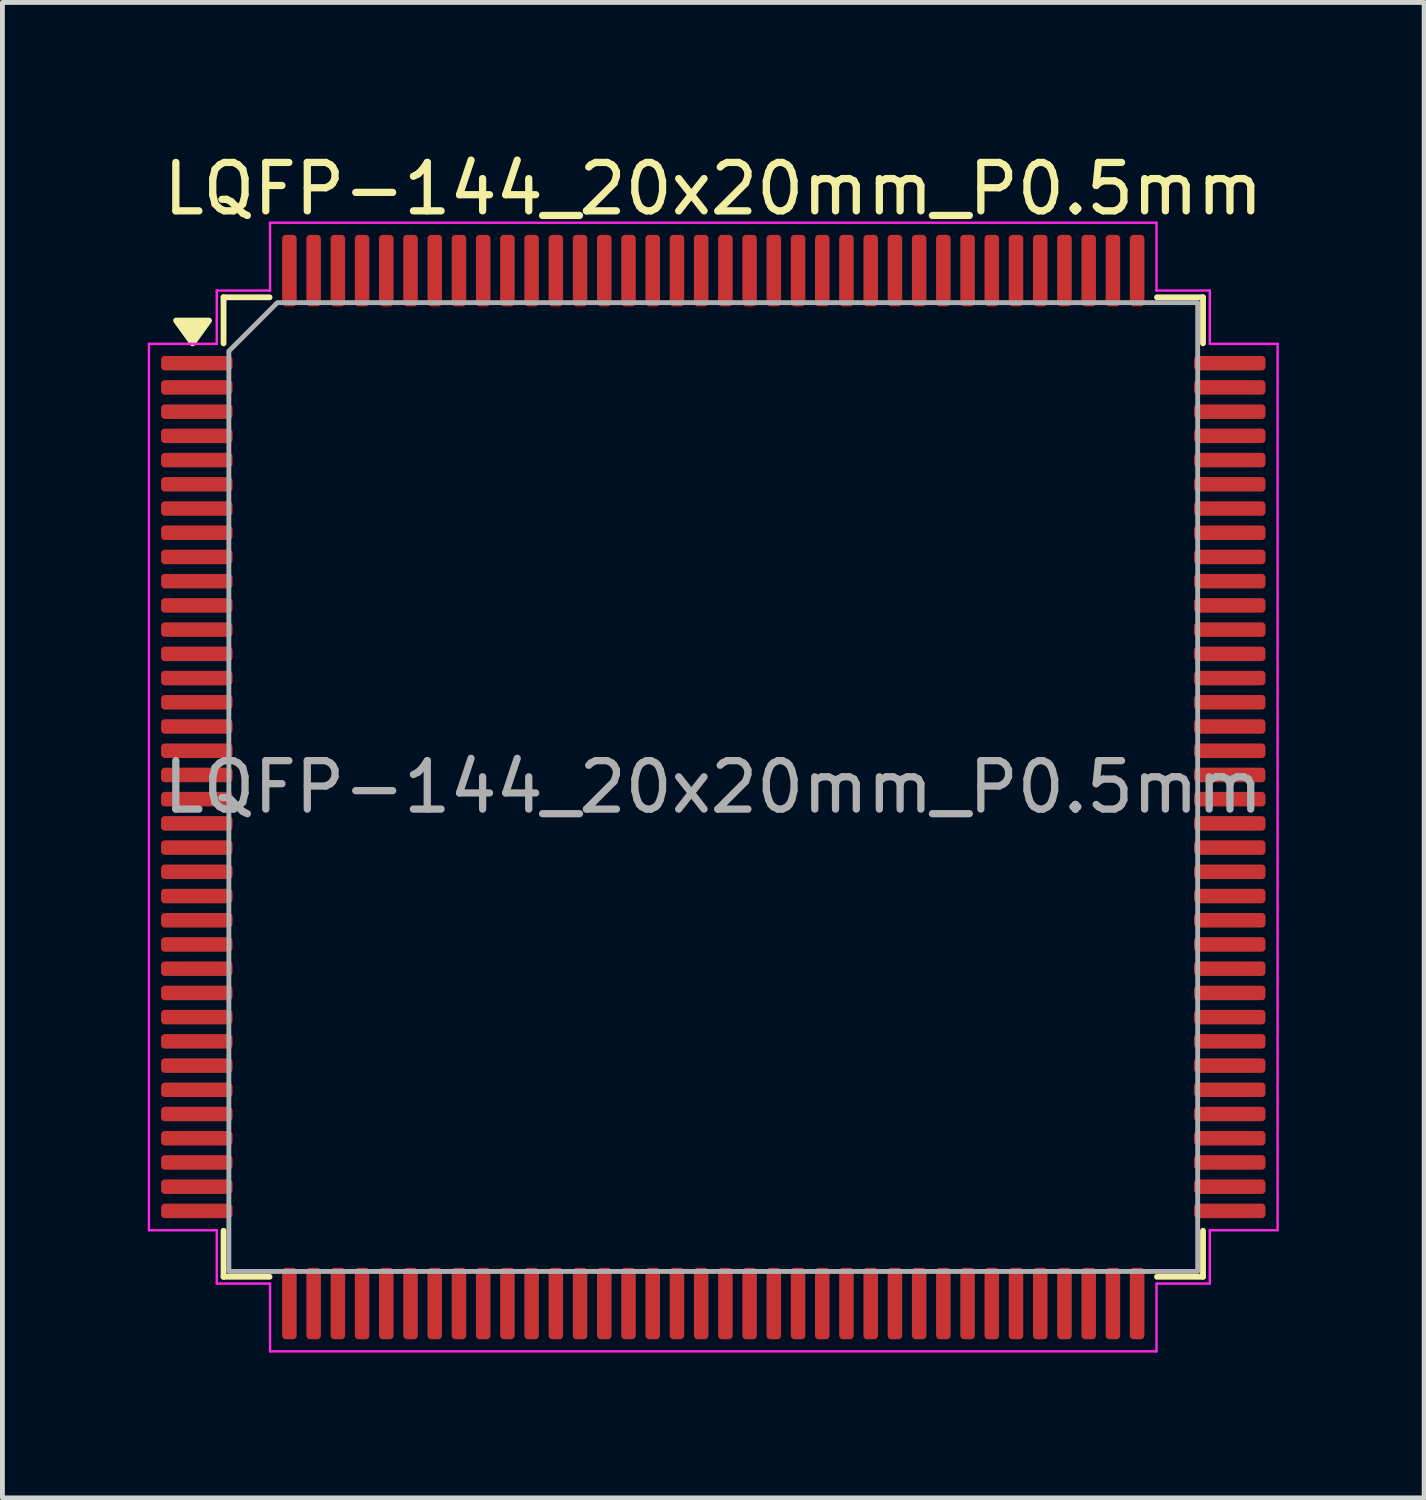
<source format=kicad_pcb>
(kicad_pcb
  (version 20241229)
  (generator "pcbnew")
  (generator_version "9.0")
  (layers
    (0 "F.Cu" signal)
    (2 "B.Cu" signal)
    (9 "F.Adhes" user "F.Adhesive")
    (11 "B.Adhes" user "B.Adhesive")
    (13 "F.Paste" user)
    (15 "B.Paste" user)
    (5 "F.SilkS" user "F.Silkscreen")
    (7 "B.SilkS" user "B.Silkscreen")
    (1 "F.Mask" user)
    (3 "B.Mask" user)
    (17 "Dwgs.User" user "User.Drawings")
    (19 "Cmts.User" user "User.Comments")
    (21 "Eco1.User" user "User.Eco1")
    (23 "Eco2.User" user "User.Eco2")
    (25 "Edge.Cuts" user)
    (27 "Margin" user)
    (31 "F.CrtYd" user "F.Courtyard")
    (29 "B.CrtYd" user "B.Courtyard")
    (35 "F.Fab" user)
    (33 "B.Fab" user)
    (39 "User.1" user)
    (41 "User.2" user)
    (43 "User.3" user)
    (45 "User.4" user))
  (footprint "LQFP-144_20x20mm_P0.5mm"
    (layer "F.Cu")
    (at 11.675 13.198)
    (property "Reference" "LQFP-144_20x20mm_P0.5mm" (at 0 -12.35 0) (layer "F.SilkS") (effects (font (size 1 1) (thickness 0.15))))
    (attr smd)
    (fp_line (start -10.11 -10.11) (end -9.16 -10.11) (stroke (width 0.12) (type solid)) (layer "F.SilkS"))
    (fp_line (start -10.11 -9.16) (end -10.11 -10.11) (stroke (width 0.12) (type solid)) (layer "F.SilkS"))
    (fp_line (start -10.11 10.11) (end -10.11 9.16) (stroke (width 0.12) (type solid)) (layer "F.SilkS"))
    (fp_line (start -9.16 10.11) (end -10.11 10.11) (stroke (width 0.12) (type solid)) (layer "F.SilkS"))
    (fp_line (start 9.16 -10.11) (end 10.11 -10.11) (stroke (width 0.12) (type solid)) (layer "F.SilkS"))
    (fp_line (start 10.11 -10.11) (end 10.11 -9.16) (stroke (width 0.12) (type solid)) (layer "F.SilkS"))
    (fp_line (start 10.11 9.16) (end 10.11 10.11) (stroke (width 0.12) (type solid)) (layer "F.SilkS"))
    (fp_line (start 10.11 10.11) (end 9.16 10.11) (stroke (width 0.12) (type solid)) (layer "F.SilkS"))
    (fp_poly (pts (xy -10.75 -9.16) (xy -11.09 -9.63) (xy -10.41 -9.63)) (stroke (width 0.12) (type solid)) (fill yes) (layer "F.SilkS"))
    (fp_line (start -11.65 -9.15) (end -10.25 -9.15) (stroke (width 0.05) (type solid)) (layer "F.CrtYd"))
    (fp_line (start -11.65 9.15) (end -11.65 -9.15) (stroke (width 0.05) (type solid)) (layer "F.CrtYd"))
    (fp_line (start -10.25 -10.25) (end -9.15 -10.25) (stroke (width 0.05) (type solid)) (layer "F.CrtYd"))
    (fp_line (start -10.25 -9.15) (end -10.25 -10.25) (stroke (width 0.05) (type solid)) (layer "F.CrtYd"))
    (fp_line (start -10.25 9.15) (end -11.65 9.15) (stroke (width 0.05) (type solid)) (layer "F.CrtYd"))
    (fp_line (start -10.25 10.25) (end -10.25 9.15) (stroke (width 0.05) (type solid)) (layer "F.CrtYd"))
    (fp_line (start -9.15 -11.65) (end 9.15 -11.65) (stroke (width 0.05) (type solid)) (layer "F.CrtYd"))
    (fp_line (start -9.15 -10.25) (end -9.15 -11.65) (stroke (width 0.05) (type solid)) (layer "F.CrtYd"))
    (fp_line (start -9.15 10.25) (end -10.25 10.25) (stroke (width 0.05) (type solid)) (layer "F.CrtYd"))
    (fp_line (start -9.15 11.65) (end -9.15 10.25) (stroke (width 0.05) (type solid)) (layer "F.CrtYd"))
    (fp_line (start 9.15 -11.65) (end 9.15 -10.25) (stroke (width 0.05) (type solid)) (layer "F.CrtYd"))
    (fp_line (start 9.15 -10.25) (end 10.25 -10.25) (stroke (width 0.05) (type solid)) (layer "F.CrtYd"))
    (fp_line (start 9.15 10.25) (end 9.15 11.65) (stroke (width 0.05) (type solid)) (layer "F.CrtYd"))
    (fp_line (start 9.15 11.65) (end -9.15 11.65) (stroke (width 0.05) (type solid)) (layer "F.CrtYd"))
    (fp_line (start 10.25 -10.25) (end 10.25 -9.15) (stroke (width 0.05) (type solid)) (layer "F.CrtYd"))
    (fp_line (start 10.25 -9.15) (end 11.65 -9.15) (stroke (width 0.05) (type solid)) (layer "F.CrtYd"))
    (fp_line (start 10.25 9.15) (end 10.25 10.25) (stroke (width 0.05) (type solid)) (layer "F.CrtYd"))
    (fp_line (start 10.25 10.25) (end 9.15 10.25) (stroke (width 0.05) (type solid)) (layer "F.CrtYd"))
    (fp_line (start 11.65 -9.15) (end 11.65 9.15) (stroke (width 0.05) (type solid)) (layer "F.CrtYd"))
    (fp_line (start 11.65 9.15) (end 10.25 9.15) (stroke (width 0.05) (type solid)) (layer "F.CrtYd"))
    (fp_poly (pts (xy -10 -9) (xy -10 10) (xy 10 10) (xy 10 -10) (xy -9 -10)) (stroke (width 0.1) (type solid)) (fill no) (layer "F.Fab"))
    (fp_text user "${REFERENCE}" (at 0 0 0) (layer "F.Fab") (effects (font (size 1 1) (thickness 0.15))))
    (pad "1" smd roundrect (at -10.662 -8.75) (size 1.475 0.3) (layers "F.Cu" "F.Mask" "F.Paste") (roundrect_rratio 0.25))
    (pad "2" smd roundrect (at -10.662 -8.25) (size 1.475 0.3) (layers "F.Cu" "F.Mask" "F.Paste") (roundrect_rratio 0.25))
    (pad "3" smd roundrect (at -10.662 -7.75) (size 1.475 0.3) (layers "F.Cu" "F.Mask" "F.Paste") (roundrect_rratio 0.25))
    (pad "4" smd roundrect (at -10.662 -7.25) (size 1.475 0.3) (layers "F.Cu" "F.Mask" "F.Paste") (roundrect_rratio 0.25))
    (pad "5" smd roundrect (at -10.662 -6.75) (size 1.475 0.3) (layers "F.Cu" "F.Mask" "F.Paste") (roundrect_rratio 0.25))
    (pad "6" smd roundrect (at -10.662 -6.25) (size 1.475 0.3) (layers "F.Cu" "F.Mask" "F.Paste") (roundrect_rratio 0.25))
    (pad "7" smd roundrect (at -10.662 -5.75) (size 1.475 0.3) (layers "F.Cu" "F.Mask" "F.Paste") (roundrect_rratio 0.25))
    (pad "8" smd roundrect (at -10.662 -5.25) (size 1.475 0.3) (layers "F.Cu" "F.Mask" "F.Paste") (roundrect_rratio 0.25))
    (pad "9" smd roundrect (at -10.662 -4.75) (size 1.475 0.3) (layers "F.Cu" "F.Mask" "F.Paste") (roundrect_rratio 0.25))
    (pad "10" smd roundrect (at -10.662 -4.25) (size 1.475 0.3) (layers "F.Cu" "F.Mask" "F.Paste") (roundrect_rratio 0.25))
    (pad "11" smd roundrect (at -10.662 -3.75) (size 1.475 0.3) (layers "F.Cu" "F.Mask" "F.Paste") (roundrect_rratio 0.25))
    (pad "12" smd roundrect (at -10.662 -3.25) (size 1.475 0.3) (layers "F.Cu" "F.Mask" "F.Paste") (roundrect_rratio 0.25))
    (pad "13" smd roundrect (at -10.662 -2.75) (size 1.475 0.3) (layers "F.Cu" "F.Mask" "F.Paste") (roundrect_rratio 0.25))
    (pad "14" smd roundrect (at -10.662 -2.25) (size 1.475 0.3) (layers "F.Cu" "F.Mask" "F.Paste") (roundrect_rratio 0.25))
    (pad "15" smd roundrect (at -10.662 -1.75) (size 1.475 0.3) (layers "F.Cu" "F.Mask" "F.Paste") (roundrect_rratio 0.25))
    (pad "16" smd roundrect (at -10.662 -1.25) (size 1.475 0.3) (layers "F.Cu" "F.Mask" "F.Paste") (roundrect_rratio 0.25))
    (pad "17" smd roundrect (at -10.662 -0.75) (size 1.475 0.3) (layers "F.Cu" "F.Mask" "F.Paste") (roundrect_rratio 0.25))
    (pad "18" smd roundrect (at -10.662 -0.25) (size 1.475 0.3) (layers "F.Cu" "F.Mask" "F.Paste") (roundrect_rratio 0.25))
    (pad "19" smd roundrect (at -10.662 0.25) (size 1.475 0.3) (layers "F.Cu" "F.Mask" "F.Paste") (roundrect_rratio 0.25))
    (pad "20" smd roundrect (at -10.662 0.75) (size 1.475 0.3) (layers "F.Cu" "F.Mask" "F.Paste") (roundrect_rratio 0.25))
    (pad "21" smd roundrect (at -10.662 1.25) (size 1.475 0.3) (layers "F.Cu" "F.Mask" "F.Paste") (roundrect_rratio 0.25))
    (pad "22" smd roundrect (at -10.662 1.75) (size 1.475 0.3) (layers "F.Cu" "F.Mask" "F.Paste") (roundrect_rratio 0.25))
    (pad "23" smd roundrect (at -10.662 2.25) (size 1.475 0.3) (layers "F.Cu" "F.Mask" "F.Paste") (roundrect_rratio 0.25))
    (pad "24" smd roundrect (at -10.662 2.75) (size 1.475 0.3) (layers "F.Cu" "F.Mask" "F.Paste") (roundrect_rratio 0.25))
    (pad "25" smd roundrect (at -10.662 3.25) (size 1.475 0.3) (layers "F.Cu" "F.Mask" "F.Paste") (roundrect_rratio 0.25))
    (pad "26" smd roundrect (at -10.662 3.75) (size 1.475 0.3) (layers "F.Cu" "F.Mask" "F.Paste") (roundrect_rratio 0.25))
    (pad "27" smd roundrect (at -10.662 4.25) (size 1.475 0.3) (layers "F.Cu" "F.Mask" "F.Paste") (roundrect_rratio 0.25))
    (pad "28" smd roundrect (at -10.662 4.75) (size 1.475 0.3) (layers "F.Cu" "F.Mask" "F.Paste") (roundrect_rratio 0.25))
    (pad "29" smd roundrect (at -10.662 5.25) (size 1.475 0.3) (layers "F.Cu" "F.Mask" "F.Paste") (roundrect_rratio 0.25))
    (pad "30" smd roundrect (at -10.662 5.75) (size 1.475 0.3) (layers "F.Cu" "F.Mask" "F.Paste") (roundrect_rratio 0.25))
    (pad "31" smd roundrect (at -10.662 6.25) (size 1.475 0.3) (layers "F.Cu" "F.Mask" "F.Paste") (roundrect_rratio 0.25))
    (pad "32" smd roundrect (at -10.662 6.75) (size 1.475 0.3) (layers "F.Cu" "F.Mask" "F.Paste") (roundrect_rratio 0.25))
    (pad "33" smd roundrect (at -10.662 7.25) (size 1.475 0.3) (layers "F.Cu" "F.Mask" "F.Paste") (roundrect_rratio 0.25))
    (pad "34" smd roundrect (at -10.662 7.75) (size 1.475 0.3) (layers "F.Cu" "F.Mask" "F.Paste") (roundrect_rratio 0.25))
    (pad "35" smd roundrect (at -10.662 8.25) (size 1.475 0.3) (layers "F.Cu" "F.Mask" "F.Paste") (roundrect_rratio 0.25))
    (pad "36" smd roundrect (at -10.662 8.75) (size 1.475 0.3) (layers "F.Cu" "F.Mask" "F.Paste") (roundrect_rratio 0.25))
    (pad "37" smd roundrect (at -8.75 10.662) (size 0.3 1.475) (layers "F.Cu" "F.Mask" "F.Paste") (roundrect_rratio 0.25))
    (pad "38" smd roundrect (at -8.25 10.662) (size 0.3 1.475) (layers "F.Cu" "F.Mask" "F.Paste") (roundrect_rratio 0.25))
    (pad "39" smd roundrect (at -7.75 10.662) (size 0.3 1.475) (layers "F.Cu" "F.Mask" "F.Paste") (roundrect_rratio 0.25))
    (pad "40" smd roundrect (at -7.25 10.662) (size 0.3 1.475) (layers "F.Cu" "F.Mask" "F.Paste") (roundrect_rratio 0.25))
    (pad "41" smd roundrect (at -6.75 10.662) (size 0.3 1.475) (layers "F.Cu" "F.Mask" "F.Paste") (roundrect_rratio 0.25))
    (pad "42" smd roundrect (at -6.25 10.662) (size 0.3 1.475) (layers "F.Cu" "F.Mask" "F.Paste") (roundrect_rratio 0.25))
    (pad "43" smd roundrect (at -5.75 10.662) (size 0.3 1.475) (layers "F.Cu" "F.Mask" "F.Paste") (roundrect_rratio 0.25))
    (pad "44" smd roundrect (at -5.25 10.662) (size 0.3 1.475) (layers "F.Cu" "F.Mask" "F.Paste") (roundrect_rratio 0.25))
    (pad "45" smd roundrect (at -4.75 10.662) (size 0.3 1.475) (layers "F.Cu" "F.Mask" "F.Paste") (roundrect_rratio 0.25))
    (pad "46" smd roundrect (at -4.25 10.662) (size 0.3 1.475) (layers "F.Cu" "F.Mask" "F.Paste") (roundrect_rratio 0.25))
    (pad "47" smd roundrect (at -3.75 10.662) (size 0.3 1.475) (layers "F.Cu" "F.Mask" "F.Paste") (roundrect_rratio 0.25))
    (pad "48" smd roundrect (at -3.25 10.662) (size 0.3 1.475) (layers "F.Cu" "F.Mask" "F.Paste") (roundrect_rratio 0.25))
    (pad "49" smd roundrect (at -2.75 10.662) (size 0.3 1.475) (layers "F.Cu" "F.Mask" "F.Paste") (roundrect_rratio 0.25))
    (pad "50" smd roundrect (at -2.25 10.662) (size 0.3 1.475) (layers "F.Cu" "F.Mask" "F.Paste") (roundrect_rratio 0.25))
    (pad "51" smd roundrect (at -1.75 10.662) (size 0.3 1.475) (layers "F.Cu" "F.Mask" "F.Paste") (roundrect_rratio 0.25))
    (pad "52" smd roundrect (at -1.25 10.662) (size 0.3 1.475) (layers "F.Cu" "F.Mask" "F.Paste") (roundrect_rratio 0.25))
    (pad "53" smd roundrect (at -0.75 10.662) (size 0.3 1.475) (layers "F.Cu" "F.Mask" "F.Paste") (roundrect_rratio 0.25))
    (pad "54" smd roundrect (at -0.25 10.662) (size 0.3 1.475) (layers "F.Cu" "F.Mask" "F.Paste") (roundrect_rratio 0.25))
    (pad "55" smd roundrect (at 0.25 10.662) (size 0.3 1.475) (layers "F.Cu" "F.Mask" "F.Paste") (roundrect_rratio 0.25))
    (pad "56" smd roundrect (at 0.75 10.662) (size 0.3 1.475) (layers "F.Cu" "F.Mask" "F.Paste") (roundrect_rratio 0.25))
    (pad "57" smd roundrect (at 1.25 10.662) (size 0.3 1.475) (layers "F.Cu" "F.Mask" "F.Paste") (roundrect_rratio 0.25))
    (pad "58" smd roundrect (at 1.75 10.662) (size 0.3 1.475) (layers "F.Cu" "F.Mask" "F.Paste") (roundrect_rratio 0.25))
    (pad "59" smd roundrect (at 2.25 10.662) (size 0.3 1.475) (layers "F.Cu" "F.Mask" "F.Paste") (roundrect_rratio 0.25))
    (pad "60" smd roundrect (at 2.75 10.662) (size 0.3 1.475) (layers "F.Cu" "F.Mask" "F.Paste") (roundrect_rratio 0.25))
    (pad "61" smd roundrect (at 3.25 10.662) (size 0.3 1.475) (layers "F.Cu" "F.Mask" "F.Paste") (roundrect_rratio 0.25))
    (pad "62" smd roundrect (at 3.75 10.662) (size 0.3 1.475) (layers "F.Cu" "F.Mask" "F.Paste") (roundrect_rratio 0.25))
    (pad "63" smd roundrect (at 4.25 10.662) (size 0.3 1.475) (layers "F.Cu" "F.Mask" "F.Paste") (roundrect_rratio 0.25))
    (pad "64" smd roundrect (at 4.75 10.662) (size 0.3 1.475) (layers "F.Cu" "F.Mask" "F.Paste") (roundrect_rratio 0.25))
    (pad "65" smd roundrect (at 5.25 10.662) (size 0.3 1.475) (layers "F.Cu" "F.Mask" "F.Paste") (roundrect_rratio 0.25))
    (pad "66" smd roundrect (at 5.75 10.662) (size 0.3 1.475) (layers "F.Cu" "F.Mask" "F.Paste") (roundrect_rratio 0.25))
    (pad "67" smd roundrect (at 6.25 10.662) (size 0.3 1.475) (layers "F.Cu" "F.Mask" "F.Paste") (roundrect_rratio 0.25))
    (pad "68" smd roundrect (at 6.75 10.662) (size 0.3 1.475) (layers "F.Cu" "F.Mask" "F.Paste") (roundrect_rratio 0.25))
    (pad "69" smd roundrect (at 7.25 10.662) (size 0.3 1.475) (layers "F.Cu" "F.Mask" "F.Paste") (roundrect_rratio 0.25))
    (pad "70" smd roundrect (at 7.75 10.662) (size 0.3 1.475) (layers "F.Cu" "F.Mask" "F.Paste") (roundrect_rratio 0.25))
    (pad "71" smd roundrect (at 8.25 10.662) (size 0.3 1.475) (layers "F.Cu" "F.Mask" "F.Paste") (roundrect_rratio 0.25))
    (pad "72" smd roundrect (at 8.75 10.662) (size 0.3 1.475) (layers "F.Cu" "F.Mask" "F.Paste") (roundrect_rratio 0.25))
    (pad "73" smd roundrect (at 10.662 8.75) (size 1.475 0.3) (layers "F.Cu" "F.Mask" "F.Paste") (roundrect_rratio 0.25))
    (pad "74" smd roundrect (at 10.662 8.25) (size 1.475 0.3) (layers "F.Cu" "F.Mask" "F.Paste") (roundrect_rratio 0.25))
    (pad "75" smd roundrect (at 10.662 7.75) (size 1.475 0.3) (layers "F.Cu" "F.Mask" "F.Paste") (roundrect_rratio 0.25))
    (pad "76" smd roundrect (at 10.662 7.25) (size 1.475 0.3) (layers "F.Cu" "F.Mask" "F.Paste") (roundrect_rratio 0.25))
    (pad "77" smd roundrect (at 10.662 6.75) (size 1.475 0.3) (layers "F.Cu" "F.Mask" "F.Paste") (roundrect_rratio 0.25))
    (pad "78" smd roundrect (at 10.662 6.25) (size 1.475 0.3) (layers "F.Cu" "F.Mask" "F.Paste") (roundrect_rratio 0.25))
    (pad "79" smd roundrect (at 10.662 5.75) (size 1.475 0.3) (layers "F.Cu" "F.Mask" "F.Paste") (roundrect_rratio 0.25))
    (pad "80" smd roundrect (at 10.662 5.25) (size 1.475 0.3) (layers "F.Cu" "F.Mask" "F.Paste") (roundrect_rratio 0.25))
    (pad "81" smd roundrect (at 10.662 4.75) (size 1.475 0.3) (layers "F.Cu" "F.Mask" "F.Paste") (roundrect_rratio 0.25))
    (pad "82" smd roundrect (at 10.662 4.25) (size 1.475 0.3) (layers "F.Cu" "F.Mask" "F.Paste") (roundrect_rratio 0.25))
    (pad "83" smd roundrect (at 10.662 3.75) (size 1.475 0.3) (layers "F.Cu" "F.Mask" "F.Paste") (roundrect_rratio 0.25))
    (pad "84" smd roundrect (at 10.662 3.25) (size 1.475 0.3) (layers "F.Cu" "F.Mask" "F.Paste") (roundrect_rratio 0.25))
    (pad "85" smd roundrect (at 10.662 2.75) (size 1.475 0.3) (layers "F.Cu" "F.Mask" "F.Paste") (roundrect_rratio 0.25))
    (pad "86" smd roundrect (at 10.662 2.25) (size 1.475 0.3) (layers "F.Cu" "F.Mask" "F.Paste") (roundrect_rratio 0.25))
    (pad "87" smd roundrect (at 10.662 1.75) (size 1.475 0.3) (layers "F.Cu" "F.Mask" "F.Paste") (roundrect_rratio 0.25))
    (pad "88" smd roundrect (at 10.662 1.25) (size 1.475 0.3) (layers "F.Cu" "F.Mask" "F.Paste") (roundrect_rratio 0.25))
    (pad "89" smd roundrect (at 10.662 0.75) (size 1.475 0.3) (layers "F.Cu" "F.Mask" "F.Paste") (roundrect_rratio 0.25))
    (pad "90" smd roundrect (at 10.662 0.25) (size 1.475 0.3) (layers "F.Cu" "F.Mask" "F.Paste") (roundrect_rratio 0.25))
    (pad "91" smd roundrect (at 10.662 -0.25) (size 1.475 0.3) (layers "F.Cu" "F.Mask" "F.Paste") (roundrect_rratio 0.25))
    (pad "92" smd roundrect (at 10.662 -0.75) (size 1.475 0.3) (layers "F.Cu" "F.Mask" "F.Paste") (roundrect_rratio 0.25))
    (pad "93" smd roundrect (at 10.662 -1.25) (size 1.475 0.3) (layers "F.Cu" "F.Mask" "F.Paste") (roundrect_rratio 0.25))
    (pad "94" smd roundrect (at 10.662 -1.75) (size 1.475 0.3) (layers "F.Cu" "F.Mask" "F.Paste") (roundrect_rratio 0.25))
    (pad "95" smd roundrect (at 10.662 -2.25) (size 1.475 0.3) (layers "F.Cu" "F.Mask" "F.Paste") (roundrect_rratio 0.25))
    (pad "96" smd roundrect (at 10.662 -2.75) (size 1.475 0.3) (layers "F.Cu" "F.Mask" "F.Paste") (roundrect_rratio 0.25))
    (pad "97" smd roundrect (at 10.662 -3.25) (size 1.475 0.3) (layers "F.Cu" "F.Mask" "F.Paste") (roundrect_rratio 0.25))
    (pad "98" smd roundrect (at 10.662 -3.75) (size 1.475 0.3) (layers "F.Cu" "F.Mask" "F.Paste") (roundrect_rratio 0.25))
    (pad "99" smd roundrect (at 10.662 -4.25) (size 1.475 0.3) (layers "F.Cu" "F.Mask" "F.Paste") (roundrect_rratio 0.25))
    (pad "100" smd roundrect (at 10.662 -4.75) (size 1.475 0.3) (layers "F.Cu" "F.Mask" "F.Paste") (roundrect_rratio 0.25))
    (pad "101" smd roundrect (at 10.662 -5.25) (size 1.475 0.3) (layers "F.Cu" "F.Mask" "F.Paste") (roundrect_rratio 0.25))
    (pad "102" smd roundrect (at 10.662 -5.75) (size 1.475 0.3) (layers "F.Cu" "F.Mask" "F.Paste") (roundrect_rratio 0.25))
    (pad "103" smd roundrect (at 10.662 -6.25) (size 1.475 0.3) (layers "F.Cu" "F.Mask" "F.Paste") (roundrect_rratio 0.25))
    (pad "104" smd roundrect (at 10.662 -6.75) (size 1.475 0.3) (layers "F.Cu" "F.Mask" "F.Paste") (roundrect_rratio 0.25))
    (pad "105" smd roundrect (at 10.662 -7.25) (size 1.475 0.3) (layers "F.Cu" "F.Mask" "F.Paste") (roundrect_rratio 0.25))
    (pad "106" smd roundrect (at 10.662 -7.75) (size 1.475 0.3) (layers "F.Cu" "F.Mask" "F.Paste") (roundrect_rratio 0.25))
    (pad "107" smd roundrect (at 10.662 -8.25) (size 1.475 0.3) (layers "F.Cu" "F.Mask" "F.Paste") (roundrect_rratio 0.25))
    (pad "108" smd roundrect (at 10.662 -8.75) (size 1.475 0.3) (layers "F.Cu" "F.Mask" "F.Paste") (roundrect_rratio 0.25))
    (pad "109" smd roundrect (at 8.75 -10.662) (size 0.3 1.475) (layers "F.Cu" "F.Mask" "F.Paste") (roundrect_rratio 0.25))
    (pad "110" smd roundrect (at 8.25 -10.662) (size 0.3 1.475) (layers "F.Cu" "F.Mask" "F.Paste") (roundrect_rratio 0.25))
    (pad "111" smd roundrect (at 7.75 -10.662) (size 0.3 1.475) (layers "F.Cu" "F.Mask" "F.Paste") (roundrect_rratio 0.25))
    (pad "112" smd roundrect (at 7.25 -10.662) (size 0.3 1.475) (layers "F.Cu" "F.Mask" "F.Paste") (roundrect_rratio 0.25))
    (pad "113" smd roundrect (at 6.75 -10.662) (size 0.3 1.475) (layers "F.Cu" "F.Mask" "F.Paste") (roundrect_rratio 0.25))
    (pad "114" smd roundrect (at 6.25 -10.662) (size 0.3 1.475) (layers "F.Cu" "F.Mask" "F.Paste") (roundrect_rratio 0.25))
    (pad "115" smd roundrect (at 5.75 -10.662) (size 0.3 1.475) (layers "F.Cu" "F.Mask" "F.Paste") (roundrect_rratio 0.25))
    (pad "116" smd roundrect (at 5.25 -10.662) (size 0.3 1.475) (layers "F.Cu" "F.Mask" "F.Paste") (roundrect_rratio 0.25))
    (pad "117" smd roundrect (at 4.75 -10.662) (size 0.3 1.475) (layers "F.Cu" "F.Mask" "F.Paste") (roundrect_rratio 0.25))
    (pad "118" smd roundrect (at 4.25 -10.662) (size 0.3 1.475) (layers "F.Cu" "F.Mask" "F.Paste") (roundrect_rratio 0.25))
    (pad "119" smd roundrect (at 3.75 -10.662) (size 0.3 1.475) (layers "F.Cu" "F.Mask" "F.Paste") (roundrect_rratio 0.25))
    (pad "120" smd roundrect (at 3.25 -10.662) (size 0.3 1.475) (layers "F.Cu" "F.Mask" "F.Paste") (roundrect_rratio 0.25))
    (pad "121" smd roundrect (at 2.75 -10.662) (size 0.3 1.475) (layers "F.Cu" "F.Mask" "F.Paste") (roundrect_rratio 0.25))
    (pad "122" smd roundrect (at 2.25 -10.662) (size 0.3 1.475) (layers "F.Cu" "F.Mask" "F.Paste") (roundrect_rratio 0.25))
    (pad "123" smd roundrect (at 1.75 -10.662) (size 0.3 1.475) (layers "F.Cu" "F.Mask" "F.Paste") (roundrect_rratio 0.25))
    (pad "124" smd roundrect (at 1.25 -10.662) (size 0.3 1.475) (layers "F.Cu" "F.Mask" "F.Paste") (roundrect_rratio 0.25))
    (pad "125" smd roundrect (at 0.75 -10.662) (size 0.3 1.475) (layers "F.Cu" "F.Mask" "F.Paste") (roundrect_rratio 0.25))
    (pad "126" smd roundrect (at 0.25 -10.662) (size 0.3 1.475) (layers "F.Cu" "F.Mask" "F.Paste") (roundrect_rratio 0.25))
    (pad "127" smd roundrect (at -0.25 -10.662) (size 0.3 1.475) (layers "F.Cu" "F.Mask" "F.Paste") (roundrect_rratio 0.25))
    (pad "128" smd roundrect (at -0.75 -10.662) (size 0.3 1.475) (layers "F.Cu" "F.Mask" "F.Paste") (roundrect_rratio 0.25))
    (pad "129" smd roundrect (at -1.25 -10.662) (size 0.3 1.475) (layers "F.Cu" "F.Mask" "F.Paste") (roundrect_rratio 0.25))
    (pad "130" smd roundrect (at -1.75 -10.662) (size 0.3 1.475) (layers "F.Cu" "F.Mask" "F.Paste") (roundrect_rratio 0.25))
    (pad "131" smd roundrect (at -2.25 -10.662) (size 0.3 1.475) (layers "F.Cu" "F.Mask" "F.Paste") (roundrect_rratio 0.25))
    (pad "132" smd roundrect (at -2.75 -10.662) (size 0.3 1.475) (layers "F.Cu" "F.Mask" "F.Paste") (roundrect_rratio 0.25))
    (pad "133" smd roundrect (at -3.25 -10.662) (size 0.3 1.475) (layers "F.Cu" "F.Mask" "F.Paste") (roundrect_rratio 0.25))
    (pad "134" smd roundrect (at -3.75 -10.662) (size 0.3 1.475) (layers "F.Cu" "F.Mask" "F.Paste") (roundrect_rratio 0.25))
    (pad "135" smd roundrect (at -4.25 -10.662) (size 0.3 1.475) (layers "F.Cu" "F.Mask" "F.Paste") (roundrect_rratio 0.25))
    (pad "136" smd roundrect (at -4.75 -10.662) (size 0.3 1.475) (layers "F.Cu" "F.Mask" "F.Paste") (roundrect_rratio 0.25))
    (pad "137" smd roundrect (at -5.25 -10.662) (size 0.3 1.475) (layers "F.Cu" "F.Mask" "F.Paste") (roundrect_rratio 0.25))
    (pad "138" smd roundrect (at -5.75 -10.662) (size 0.3 1.475) (layers "F.Cu" "F.Mask" "F.Paste") (roundrect_rratio 0.25))
    (pad "139" smd roundrect (at -6.25 -10.662) (size 0.3 1.475) (layers "F.Cu" "F.Mask" "F.Paste") (roundrect_rratio 0.25))
    (pad "140" smd roundrect (at -6.75 -10.662) (size 0.3 1.475) (layers "F.Cu" "F.Mask" "F.Paste") (roundrect_rratio 0.25))
    (pad "141" smd roundrect (at -7.25 -10.662) (size 0.3 1.475) (layers "F.Cu" "F.Mask" "F.Paste") (roundrect_rratio 0.25))
    (pad "142" smd roundrect (at -7.75 -10.662) (size 0.3 1.475) (layers "F.Cu" "F.Mask" "F.Paste") (roundrect_rratio 0.25))
    (pad "143" smd roundrect (at -8.25 -10.662) (size 0.3 1.475) (layers "F.Cu" "F.Mask" "F.Paste") (roundrect_rratio 0.25))
    (pad "144" smd roundrect (at -8.75 -10.662) (size 0.3 1.475) (layers "F.Cu" "F.Mask" "F.Paste") (roundrect_rratio 0.25)))
  (gr_rect
    (start -3 -3)
    (end 26.35 27.873)
    (stroke (width 0.1) (type default))
    (fill no)
    (layer "Edge.Cuts")))
</source>
